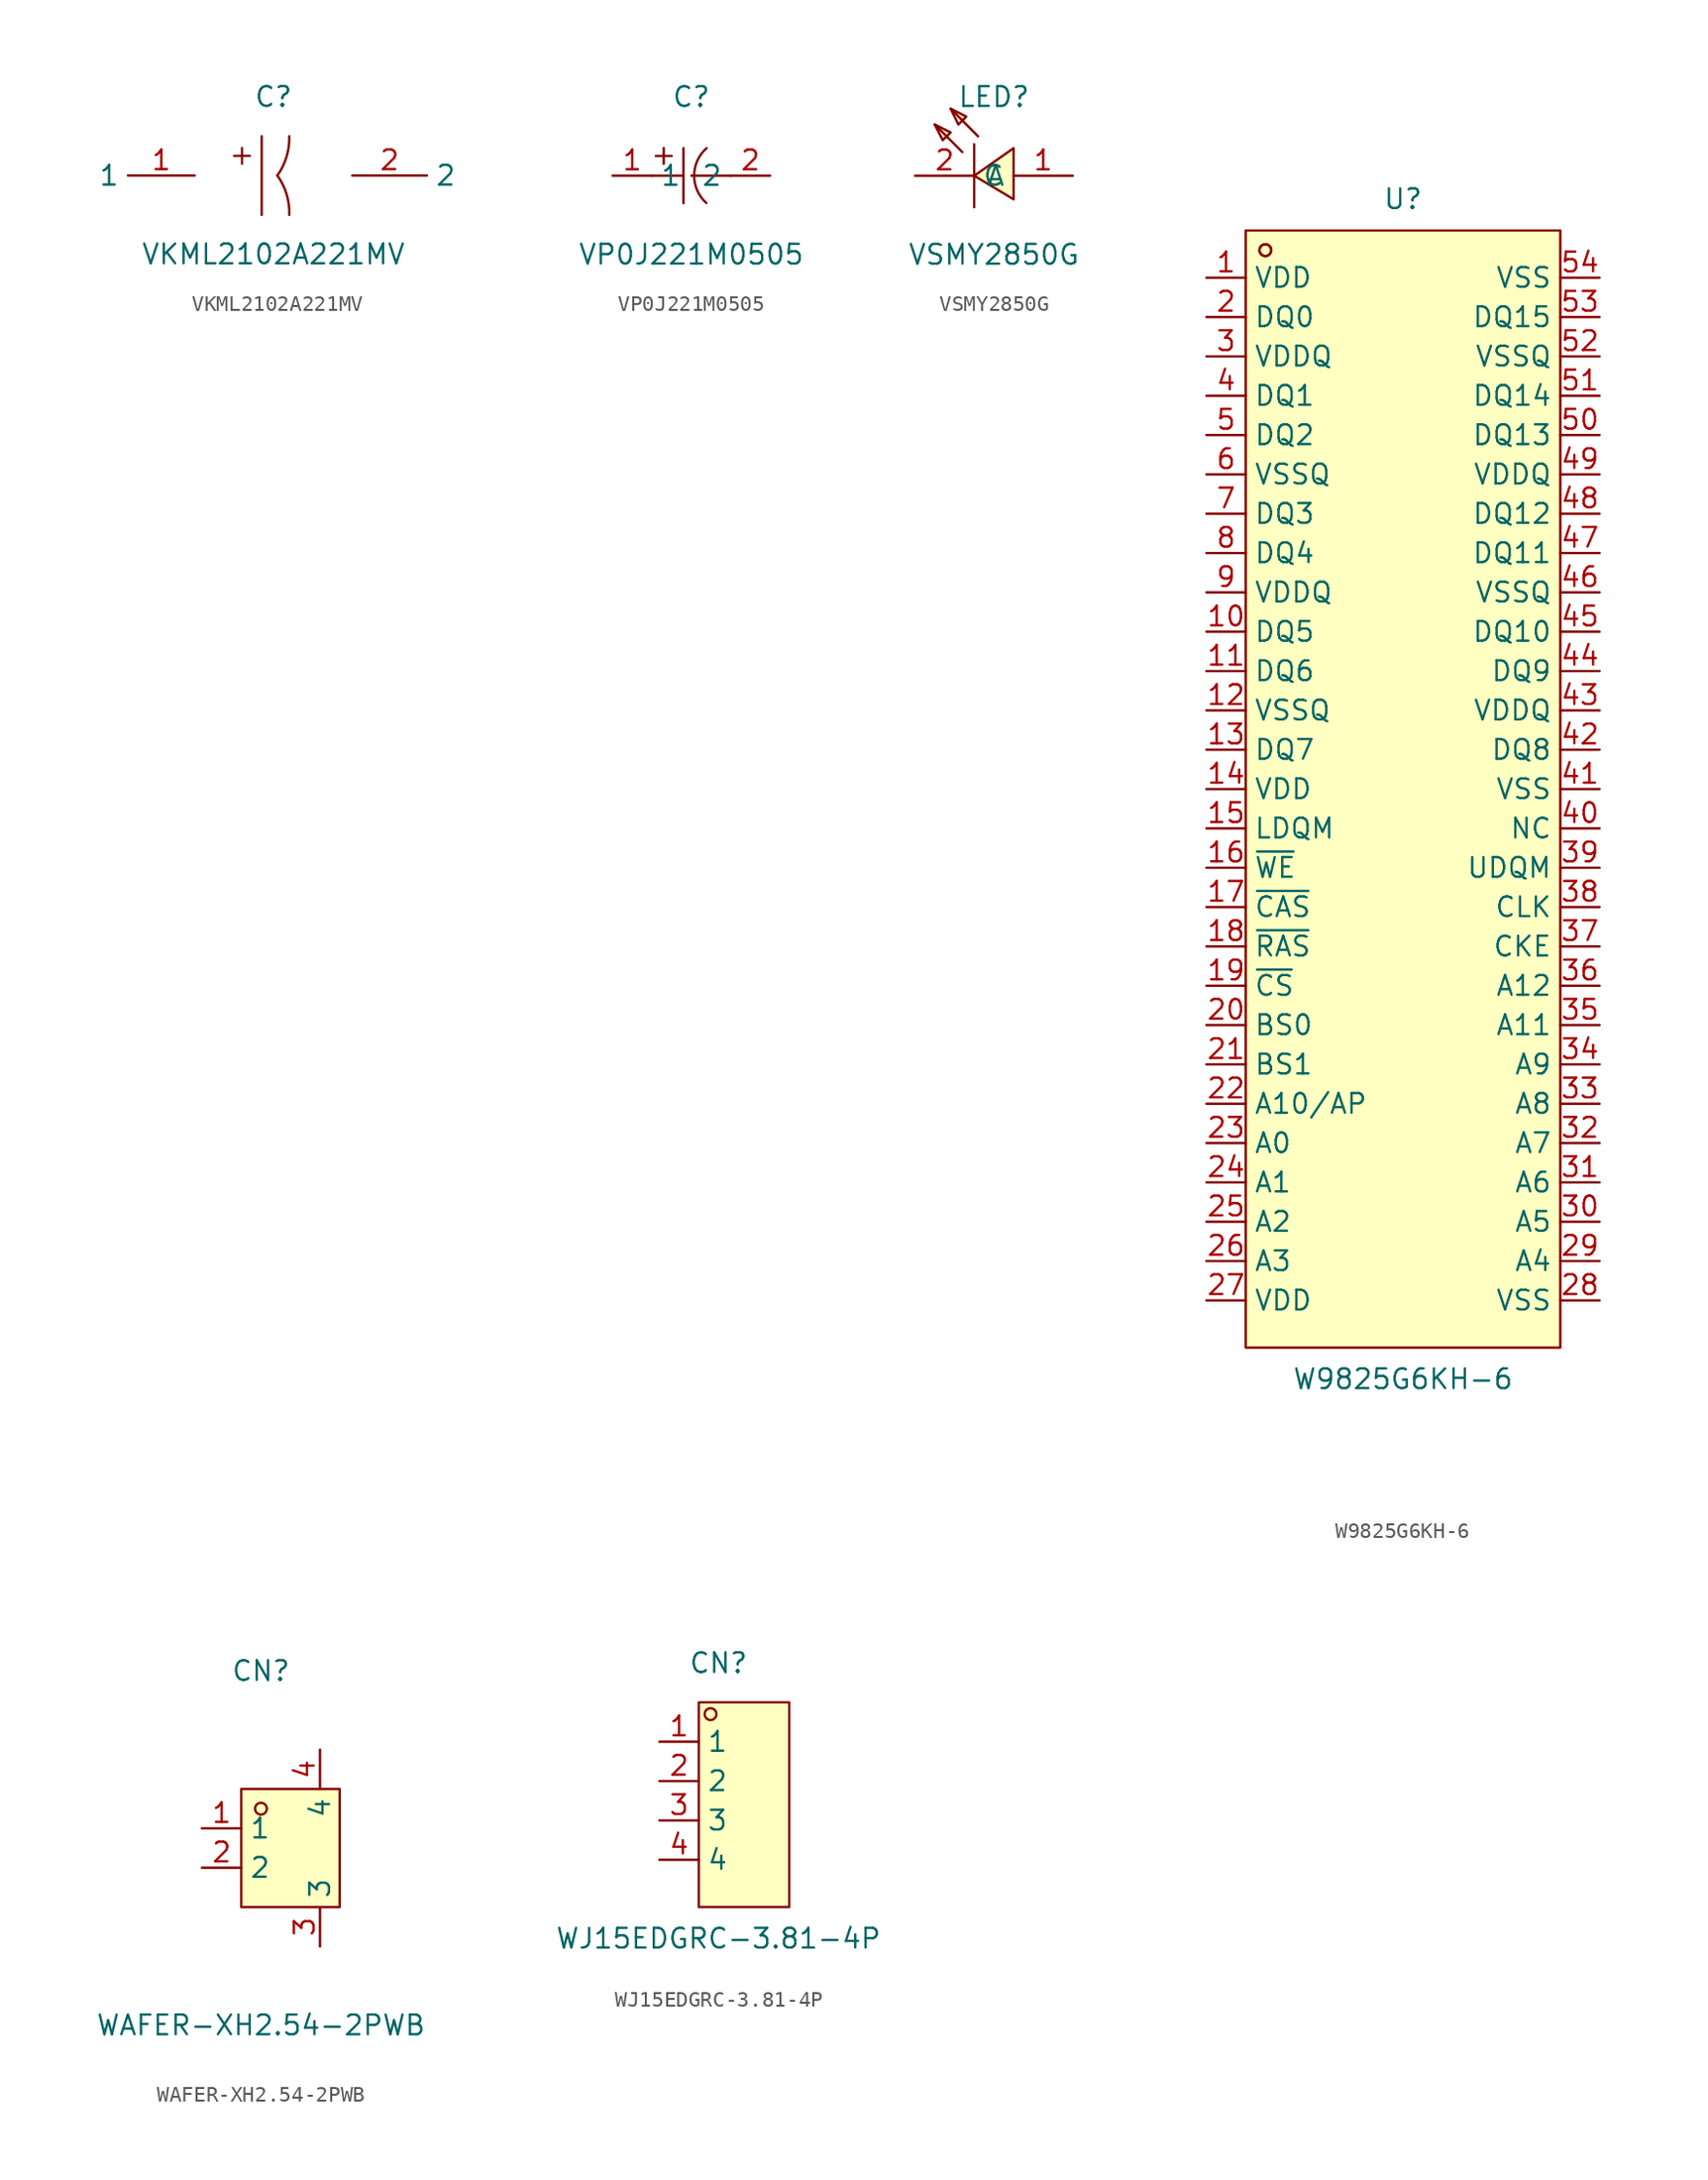
<source format=kicad_sym>
(kicad_symbol_lib
  (version 20231120)
  (generator "kicad_symbol_editor")
  (generator_version "8.0")
  (symbol "VKML2102A221MV"
    (property "Reference" "C"
      (at 0 5.08 0)
      (effects (font (size 1.27 1.27))))
    (property "Value" "VKML2102A221MV"
      (at 0 -5.08 0)
      (effects (font (size 1.27 1.27))))
    (symbol "VKML2102A221MV_0_1"
      (rectangle (start -2.54 1.27) (end -1.52 1.27) (stroke (width 0) (type default)) (fill (type background)))
      (rectangle (start -2.03 1.78) (end -2.03 0.76) (stroke (width 0) (type default)) (fill (type background)))
      (polyline (pts (xy -0.76 2.54) (xy -0.76 -2.54)) (stroke (width 0) (type default)) (fill (type none)))
      (arc (start 0.25 0) (mid 0.8442 1.2066) (end 1.02 2.54) (stroke (width 0) (type default)) (fill (type none)))
      (arc (start 1.02 -2.54) (mid 0.8471 -1.2057) (end 0.25 0) (stroke (width 0) (type default)) (fill (type none)))
      (pin unspecified line (at -5.08 0 180) (length 4.318) (name "1" (effects (font (size 1.27 1.27)))) (number "1" (effects (font (size 1.27 1.27)))))
      (pin unspecified line (at 5.08 0 0) (length 4.826) (name "2" (effects (font (size 1.27 1.27)))) (number "2" (effects (font (size 1.27 1.27)))))))
  (symbol "VP0J221M0505"
    (property "Reference" "C"
      (at 0 5.08 0)
      (effects (font (size 1.27 1.27))))
    (property "Value" "VP0J221M0505"
      (at 0 -5.08 0)
      (effects (font (size 1.27 1.27))))
    (symbol "VP0J221M0505_0_1"
      (polyline (pts (xy -2.54 0) (xy -0.51 0)) (stroke (width 0) (type default)) (fill (type none)))
      (polyline (pts (xy -2.29 1.27) (xy -1.27 1.27)) (stroke (width 0) (type default)) (fill (type none)))
      (polyline (pts (xy -1.78 1.78) (xy -1.78 0.76)) (stroke (width 0) (type default)) (fill (type none)))
      (polyline (pts (xy -0.51 1.78) (xy -0.51 -1.78)) (stroke (width 0) (type default)) (fill (type none)))
      (polyline (pts (xy 0 0) (xy 2.54 0)) (stroke (width 0) (type default)) (fill (type none)))
      (arc (start 0.987 1.7788) (mid 0.1787 0.0133) (end 0.967 -1.7612) (stroke (width 0) (type default)) (fill (type none)))
      (pin input line (at -5.08 0 0) (length 2.54) (name "1" (effects (font (size 1.27 1.27)))) (number "1" (effects (font (size 1.27 1.27)))))
      (pin input line (at 5.08 0 180) (length 2.54) (name "2" (effects (font (size 1.27 1.27)))) (number "2" (effects (font (size 1.27 1.27)))))))
  (symbol "VSMY2850G"
    (property "Reference" "LED"
      (at 0 5.08 0)
      (effects (font (size 1.27 1.27))))
    (property "Value" "VSMY2850G"
      (at 0 -5.08 0)
      (effects (font (size 1.27 1.27))))
    (symbol "VSMY2850G_0_1"
      (polyline (pts (xy -2.03 1.52) (xy -3.81 3.3)) (stroke (width 0) (type default)) (fill (type none)))
      (polyline (pts (xy -1.27 2.03) (xy -1.27 -2.03)) (stroke (width 0) (type default)) (fill (type none)))
      (polyline (pts (xy -1.02 2.54) (xy -2.79 4.32)) (stroke (width 0) (type default)) (fill (type none)))
      (polyline (pts (xy -3.81 3.3) (xy -2.79 2.79) (xy -3.3 2.29) (xy -3.81 3.3)) (stroke (width 0) (type default)) (fill (type background)))
      (polyline (pts (xy -2.79 4.32) (xy -1.78 3.81) (xy -2.29 3.3) (xy -2.79 4.32)) (stroke (width 0) (type default)) (fill (type background)))
      (polyline (pts (xy 1.27 -1.52) (xy -1.27 0) (xy 1.27 1.78) (xy 1.27 -1.52)) (stroke (width 0) (type default)) (fill (type background)))
      (pin unspecified line (at 5.08 0 180) (length 3.81) (name "A" (effects (font (size 1.27 1.27)))) (number "1" (effects (font (size 1.27 1.27)))))
      (pin unspecified line (at -5.08 0 0) (length 3.81) (name "C" (effects (font (size 1.27 1.27)))) (number "2" (effects (font (size 1.27 1.27)))))))
  (symbol "W9825G6KH-6"
    (property "Reference" "U"
      (at 0 38.1 0)
      (effects (font (size 1.27 1.27))))
    (property "Value" "W9825G6KH-6"
      (at 0 -38.1 0)
      (effects (font (size 1.27 1.27))))
    (symbol "W9825G6KH-6_0_1"
      (rectangle (start -10.16 36.07) (end 10.16 -36.07) (stroke (width 0) (type default)) (fill (type background)))
      (circle (center -8.89 34.8) (radius 0.38) (stroke (width 0) (type default)) (fill (type none)))
      (circle (center -8.89 34.8) (radius 0.38) (stroke (width 0) (type default)) (fill (type none)))
      (pin unspecified line (at -12.7 33.02 0) (length 2.54) (name "VDD" (effects (font (size 1.27 1.27)))) (number "1" (effects (font (size 1.27 1.27)))))
      (pin unspecified line (at -12.7 10.16 0) (length 2.54) (name "DQ5" (effects (font (size 1.27 1.27)))) (number "10" (effects (font (size 1.27 1.27)))))
      (pin unspecified line (at -12.7 7.62 0) (length 2.54) (name "DQ6" (effects (font (size 1.27 1.27)))) (number "11" (effects (font (size 1.27 1.27)))))
      (pin unspecified line (at -12.7 5.08 0) (length 2.54) (name "VSSQ" (effects (font (size 1.27 1.27)))) (number "12" (effects (font (size 1.27 1.27)))))
      (pin unspecified line (at -12.7 2.54 0) (length 2.54) (name "DQ7" (effects (font (size 1.27 1.27)))) (number "13" (effects (font (size 1.27 1.27)))))
      (pin unspecified line (at -12.7 0 0) (length 2.54) (name "VDD" (effects (font (size 1.27 1.27)))) (number "14" (effects (font (size 1.27 1.27)))))
      (pin unspecified line (at -12.7 -2.54 0) (length 2.54) (name "LDQM" (effects (font (size 1.27 1.27)))) (number "15" (effects (font (size 1.27 1.27)))))
      (pin unspecified line (at -12.7 -5.08 0) (length 2.54) (name "~{WE}" (effects (font (size 1.27 1.27)))) (number "16" (effects (font (size 1.27 1.27)))))
      (pin unspecified line (at -12.7 -7.62 0) (length 2.54) (name "~{CAS}" (effects (font (size 1.27 1.27)))) (number "17" (effects (font (size 1.27 1.27)))))
      (pin unspecified line (at -12.7 -10.16 0) (length 2.54) (name "~{RAS}" (effects (font (size 1.27 1.27)))) (number "18" (effects (font (size 1.27 1.27)))))
      (pin unspecified line (at -12.7 -12.7 0) (length 2.54) (name "~{CS}" (effects (font (size 1.27 1.27)))) (number "19" (effects (font (size 1.27 1.27)))))
      (pin unspecified line (at -12.7 30.48 0) (length 2.54) (name "DQ0" (effects (font (size 1.27 1.27)))) (number "2" (effects (font (size 1.27 1.27)))))
      (pin unspecified line (at -12.7 -15.24 0) (length 2.54) (name "BS0" (effects (font (size 1.27 1.27)))) (number "20" (effects (font (size 1.27 1.27)))))
      (pin unspecified line (at -12.7 -17.78 0) (length 2.54) (name "BS1" (effects (font (size 1.27 1.27)))) (number "21" (effects (font (size 1.27 1.27)))))
      (pin unspecified line (at -12.7 -20.32 0) (length 2.54) (name "A10/AP" (effects (font (size 1.27 1.27)))) (number "22" (effects (font (size 1.27 1.27)))))
      (pin unspecified line (at -12.7 -22.86 0) (length 2.54) (name "A0" (effects (font (size 1.27 1.27)))) (number "23" (effects (font (size 1.27 1.27)))))
      (pin unspecified line (at -12.7 -25.4 0) (length 2.54) (name "A1" (effects (font (size 1.27 1.27)))) (number "24" (effects (font (size 1.27 1.27)))))
      (pin unspecified line (at -12.7 -27.94 0) (length 2.54) (name "A2" (effects (font (size 1.27 1.27)))) (number "25" (effects (font (size 1.27 1.27)))))
      (pin unspecified line (at -12.7 -30.48 0) (length 2.54) (name "A3" (effects (font (size 1.27 1.27)))) (number "26" (effects (font (size 1.27 1.27)))))
      (pin unspecified line (at -12.7 -33.02 0) (length 2.54) (name "VDD" (effects (font (size 1.27 1.27)))) (number "27" (effects (font (size 1.27 1.27)))))
      (pin unspecified line (at 12.7 -33.02 180) (length 2.54) (name "VSS" (effects (font (size 1.27 1.27)))) (number "28" (effects (font (size 1.27 1.27)))))
      (pin unspecified line (at 12.7 -30.48 180) (length 2.54) (name "A4" (effects (font (size 1.27 1.27)))) (number "29" (effects (font (size 1.27 1.27)))))
      (pin unspecified line (at -12.7 27.94 0) (length 2.54) (name "VDDQ" (effects (font (size 1.27 1.27)))) (number "3" (effects (font (size 1.27 1.27)))))
      (pin unspecified line (at 12.7 -27.94 180) (length 2.54) (name "A5" (effects (font (size 1.27 1.27)))) (number "30" (effects (font (size 1.27 1.27)))))
      (pin unspecified line (at 12.7 -25.4 180) (length 2.54) (name "A6" (effects (font (size 1.27 1.27)))) (number "31" (effects (font (size 1.27 1.27)))))
      (pin unspecified line (at 12.7 -22.86 180) (length 2.54) (name "A7" (effects (font (size 1.27 1.27)))) (number "32" (effects (font (size 1.27 1.27)))))
      (pin unspecified line (at 12.7 -20.32 180) (length 2.54) (name "A8" (effects (font (size 1.27 1.27)))) (number "33" (effects (font (size 1.27 1.27)))))
      (pin unspecified line (at 12.7 -17.78 180) (length 2.54) (name "A9" (effects (font (size 1.27 1.27)))) (number "34" (effects (font (size 1.27 1.27)))))
      (pin unspecified line (at 12.7 -15.24 180) (length 2.54) (name "A11" (effects (font (size 1.27 1.27)))) (number "35" (effects (font (size 1.27 1.27)))))
      (pin unspecified line (at 12.7 -12.7 180) (length 2.54) (name "A12" (effects (font (size 1.27 1.27)))) (number "36" (effects (font (size 1.27 1.27)))))
      (pin unspecified line (at 12.7 -10.16 180) (length 2.54) (name "CKE" (effects (font (size 1.27 1.27)))) (number "37" (effects (font (size 1.27 1.27)))))
      (pin unspecified line (at 12.7 -7.62 180) (length 2.54) (name "CLK" (effects (font (size 1.27 1.27)))) (number "38" (effects (font (size 1.27 1.27)))))
      (pin unspecified line (at 12.7 -5.08 180) (length 2.54) (name "UDQM" (effects (font (size 1.27 1.27)))) (number "39" (effects (font (size 1.27 1.27)))))
      (pin unspecified line (at -12.7 25.4 0) (length 2.54) (name "DQ1" (effects (font (size 1.27 1.27)))) (number "4" (effects (font (size 1.27 1.27)))))
      (pin unspecified line (at 12.7 -2.54 180) (length 2.54) (name "NC" (effects (font (size 1.27 1.27)))) (number "40" (effects (font (size 1.27 1.27)))))
      (pin unspecified line (at 12.7 0 180) (length 2.54) (name "VSS" (effects (font (size 1.27 1.27)))) (number "41" (effects (font (size 1.27 1.27)))))
      (pin unspecified line (at 12.7 2.54 180) (length 2.54) (name "DQ8" (effects (font (size 1.27 1.27)))) (number "42" (effects (font (size 1.27 1.27)))))
      (pin unspecified line (at 12.7 5.08 180) (length 2.54) (name "VDDQ" (effects (font (size 1.27 1.27)))) (number "43" (effects (font (size 1.27 1.27)))))
      (pin unspecified line (at 12.7 7.62 180) (length 2.54) (name "DQ9" (effects (font (size 1.27 1.27)))) (number "44" (effects (font (size 1.27 1.27)))))
      (pin unspecified line (at 12.7 10.16 180) (length 2.54) (name "DQ10" (effects (font (size 1.27 1.27)))) (number "45" (effects (font (size 1.27 1.27)))))
      (pin unspecified line (at 12.7 12.7 180) (length 2.54) (name "VSSQ" (effects (font (size 1.27 1.27)))) (number "46" (effects (font (size 1.27 1.27)))))
      (pin unspecified line (at 12.7 15.24 180) (length 2.54) (name "DQ11" (effects (font (size 1.27 1.27)))) (number "47" (effects (font (size 1.27 1.27)))))
      (pin unspecified line (at 12.7 17.78 180) (length 2.54) (name "DQ12" (effects (font (size 1.27 1.27)))) (number "48" (effects (font (size 1.27 1.27)))))
      (pin unspecified line (at 12.7 20.32 180) (length 2.54) (name "VDDQ" (effects (font (size 1.27 1.27)))) (number "49" (effects (font (size 1.27 1.27)))))
      (pin unspecified line (at -12.7 22.86 0) (length 2.54) (name "DQ2" (effects (font (size 1.27 1.27)))) (number "5" (effects (font (size 1.27 1.27)))))
      (pin unspecified line (at 12.7 22.86 180) (length 2.54) (name "DQ13" (effects (font (size 1.27 1.27)))) (number "50" (effects (font (size 1.27 1.27)))))
      (pin unspecified line (at 12.7 25.4 180) (length 2.54) (name "DQ14" (effects (font (size 1.27 1.27)))) (number "51" (effects (font (size 1.27 1.27)))))
      (pin unspecified line (at 12.7 27.94 180) (length 2.54) (name "VSSQ" (effects (font (size 1.27 1.27)))) (number "52" (effects (font (size 1.27 1.27)))))
      (pin unspecified line (at 12.7 30.48 180) (length 2.54) (name "DQ15" (effects (font (size 1.27 1.27)))) (number "53" (effects (font (size 1.27 1.27)))))
      (pin unspecified line (at 12.7 33.02 180) (length 2.54) (name "VSS" (effects (font (size 1.27 1.27)))) (number "54" (effects (font (size 1.27 1.27)))))
      (pin unspecified line (at -12.7 20.32 0) (length 2.54) (name "VSSQ" (effects (font (size 1.27 1.27)))) (number "6" (effects (font (size 1.27 1.27)))))
      (pin unspecified line (at -12.7 17.78 0) (length 2.54) (name "DQ3" (effects (font (size 1.27 1.27)))) (number "7" (effects (font (size 1.27 1.27)))))
      (pin unspecified line (at -12.7 15.24 0) (length 2.54) (name "DQ4" (effects (font (size 1.27 1.27)))) (number "8" (effects (font (size 1.27 1.27)))))
      (pin unspecified line (at -12.7 12.7 0) (length 2.54) (name "VDDQ" (effects (font (size 1.27 1.27)))) (number "9" (effects (font (size 1.27 1.27)))))))
  (symbol "WAFER-XH2.54-2PWB"
    (property "Reference" "CN"
      (at 0 11.43 0)
      (effects (font (size 1.27 1.27))))
    (property "Value" "WAFER-XH2.54-2PWB"
      (at 0 -11.43 0)
      (effects (font (size 1.27 1.27))))
    (symbol "WAFER-XH2.54-2PWB_0_1"
      (rectangle (start -1.27 3.81) (end 5.08 -3.81) (stroke (width 0) (type default)) (fill (type background)))
      (circle (center 0 2.54) (radius 0.38) (stroke (width 0) (type default)) (fill (type none)))
      (pin unspecified line (at -3.81 1.27 0) (length 2.54) (name "1" (effects (font (size 1.27 1.27)))) (number "1" (effects (font (size 1.27 1.27)))))
      (pin unspecified line (at -3.81 -1.27 0) (length 2.54) (name "2" (effects (font (size 1.27 1.27)))) (number "2" (effects (font (size 1.27 1.27)))))
      (pin unspecified line (at 3.81 -6.35 90) (length 2.54) (name "3" (effects (font (size 1.27 1.27)))) (number "3" (effects (font (size 1.27 1.27)))))
      (pin unspecified line (at 3.81 6.35 270) (length 2.54) (name "4" (effects (font (size 1.27 1.27)))) (number "4" (effects (font (size 1.27 1.27)))))))
  (symbol "WJ15EDGRC-3.81-4P"
    (property "Reference" "CN"
      (at 0 8.89 0)
      (effects (font (size 1.27 1.27))))
    (property "Value" "WJ15EDGRC-3.81-4P"
      (at 0 -8.89 0)
      (effects (font (size 1.27 1.27))))
    (symbol "WJ15EDGRC-3.81-4P_0_1"
      (rectangle (start -1.27 6.35) (end 4.57 -6.86) (stroke (width 0) (type default) (color 0 0 0 0)) (fill (type background)))
      (circle (center -0.51 5.59) (radius 0.38) (stroke (width 0) (type default) (color 0 0 0 0)) (fill (type none)))
      (pin unspecified line (at -3.81 3.81 0) (length 2.54) (name "1" (effects (font (size 1.27 1.27)))) (number "1" (effects (font (size 1.27 1.27)))))
      (pin unspecified line (at -3.81 1.27 0) (length 2.54) (name "2" (effects (font (size 1.27 1.27)))) (number "2" (effects (font (size 1.27 1.27)))))
      (pin unspecified line (at -3.81 -1.27 0) (length 2.54) (name "3" (effects (font (size 1.27 1.27)))) (number "3" (effects (font (size 1.27 1.27)))))
      (pin unspecified line (at -3.81 -3.81 0) (length 2.54) (name "4" (effects (font (size 1.27 1.27)))) (number "4" (effects (font (size 1.27 1.27))))))))
</source>
